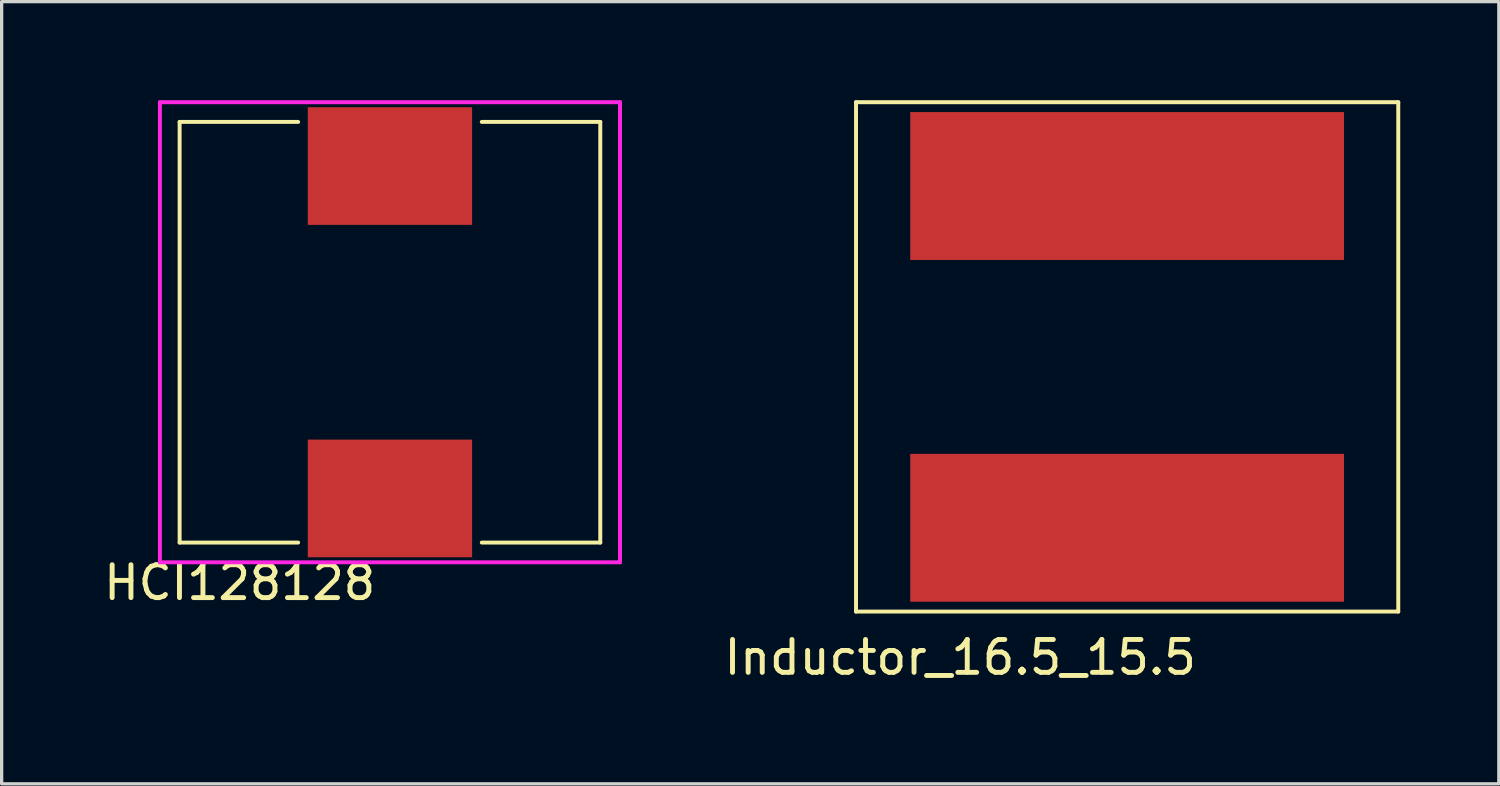
<source format=kicad_pcb>
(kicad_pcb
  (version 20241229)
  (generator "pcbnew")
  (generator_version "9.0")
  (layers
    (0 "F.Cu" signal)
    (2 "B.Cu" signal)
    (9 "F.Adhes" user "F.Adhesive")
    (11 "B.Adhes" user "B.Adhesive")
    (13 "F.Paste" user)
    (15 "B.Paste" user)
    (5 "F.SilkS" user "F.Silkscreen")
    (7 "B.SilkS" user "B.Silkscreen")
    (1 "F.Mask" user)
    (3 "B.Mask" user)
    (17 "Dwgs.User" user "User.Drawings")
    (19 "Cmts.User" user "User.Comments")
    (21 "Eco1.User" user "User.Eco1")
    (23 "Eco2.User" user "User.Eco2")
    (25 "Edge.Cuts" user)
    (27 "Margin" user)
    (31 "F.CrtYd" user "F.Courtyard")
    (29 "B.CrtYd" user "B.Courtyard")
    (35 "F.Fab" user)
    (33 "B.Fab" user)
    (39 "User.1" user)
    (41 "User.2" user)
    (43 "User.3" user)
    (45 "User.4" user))
  (footprint "HCI128128"
    (layer "F.Cu")
    (at 8.816 7.06)
    (property "Reference" "HCI128128" (at -4.572 7.62 0) (layer "F.SilkS") (effects (font (size 1 1) (thickness 0.15))))
    (attr through_hole)
    (fp_line (start -6.4 -6.4) (end -6.4 6.4) (stroke (width 0.12) (type solid)) (layer "F.SilkS"))
    (fp_line (start -6.4 -6.4) (end -2.794 -6.4) (stroke (width 0.12) (type solid)) (layer "F.SilkS"))
    (fp_line (start -6.4 6.4) (end -2.794 6.4) (stroke (width 0.12) (type solid)) (layer "F.SilkS"))
    (fp_line (start 6.4 -6.4) (end 2.794 -6.4) (stroke (width 0.12) (type solid)) (layer "F.SilkS"))
    (fp_line (start 6.4 6.4) (end 2.794 6.4) (stroke (width 0.12) (type solid)) (layer "F.SilkS"))
    (fp_line (start 6.4 6.4) (end 6.4 -6.4) (stroke (width 0.12) (type solid)) (layer "F.SilkS"))
    (fp_line (start -7 -7) (end 7 -7) (stroke (width 0.12) (type solid)) (layer "F.CrtYd"))
    (fp_line (start -7 7) (end -7 -7) (stroke (width 0.12) (type solid)) (layer "F.CrtYd"))
    (fp_line (start 7 -7) (end 7 7) (stroke (width 0.12) (type solid)) (layer "F.CrtYd"))
    (fp_line (start 7 7) (end -7 7) (stroke (width 0.12) (type solid)) (layer "F.CrtYd"))
    (pad "1" smd rect (at 0 -5.057) (size 5 3.58) (layers "F.Cu" "F.Mask" "F.Paste"))
    (pad "2" smd rect (at 0 5.057) (size 5 3.58) (layers "F.Cu" "F.Mask" "F.Paste")))
  (footprint "Inductor_16.5_15.5"
    (layer "F.Cu")
    (at 31.248 7.81)
    (property "Reference" "Inductor_16.5_15.5" (at -5.08 9.144 0) (layer "F.SilkS") (effects (font (size 1 1) (thickness 0.15))))
    (attr through_hole)
    (fp_line (start -8.25 -7.75) (end 8.25 -7.75) (stroke (width 0.12) (type solid)) (layer "F.SilkS"))
    (fp_line (start -8.25 7.75) (end -8.25 -7.75) (stroke (width 0.12) (type solid)) (layer "F.SilkS"))
    (fp_line (start 8.25 -7.75) (end 8.25 7.75) (stroke (width 0.12) (type solid)) (layer "F.SilkS"))
    (fp_line (start 8.25 7.75) (end -8.25 7.75) (stroke (width 0.12) (type solid)) (layer "F.SilkS"))
    (pad "1" smd rect (at 0 -5.2) (size 13.2 4.5) (layers "F.Cu" "F.Mask" "F.Paste"))
    (pad "2" smd rect (at 0 5.2) (size 13.2 4.5) (layers "F.Cu" "F.Mask" "F.Paste")))
  (gr_rect
    (start -3 -3)
    (end 42.558 20.802)
    (stroke (width 0.1) (type default))
    (fill no)
    (layer "Edge.Cuts")))
</source>
